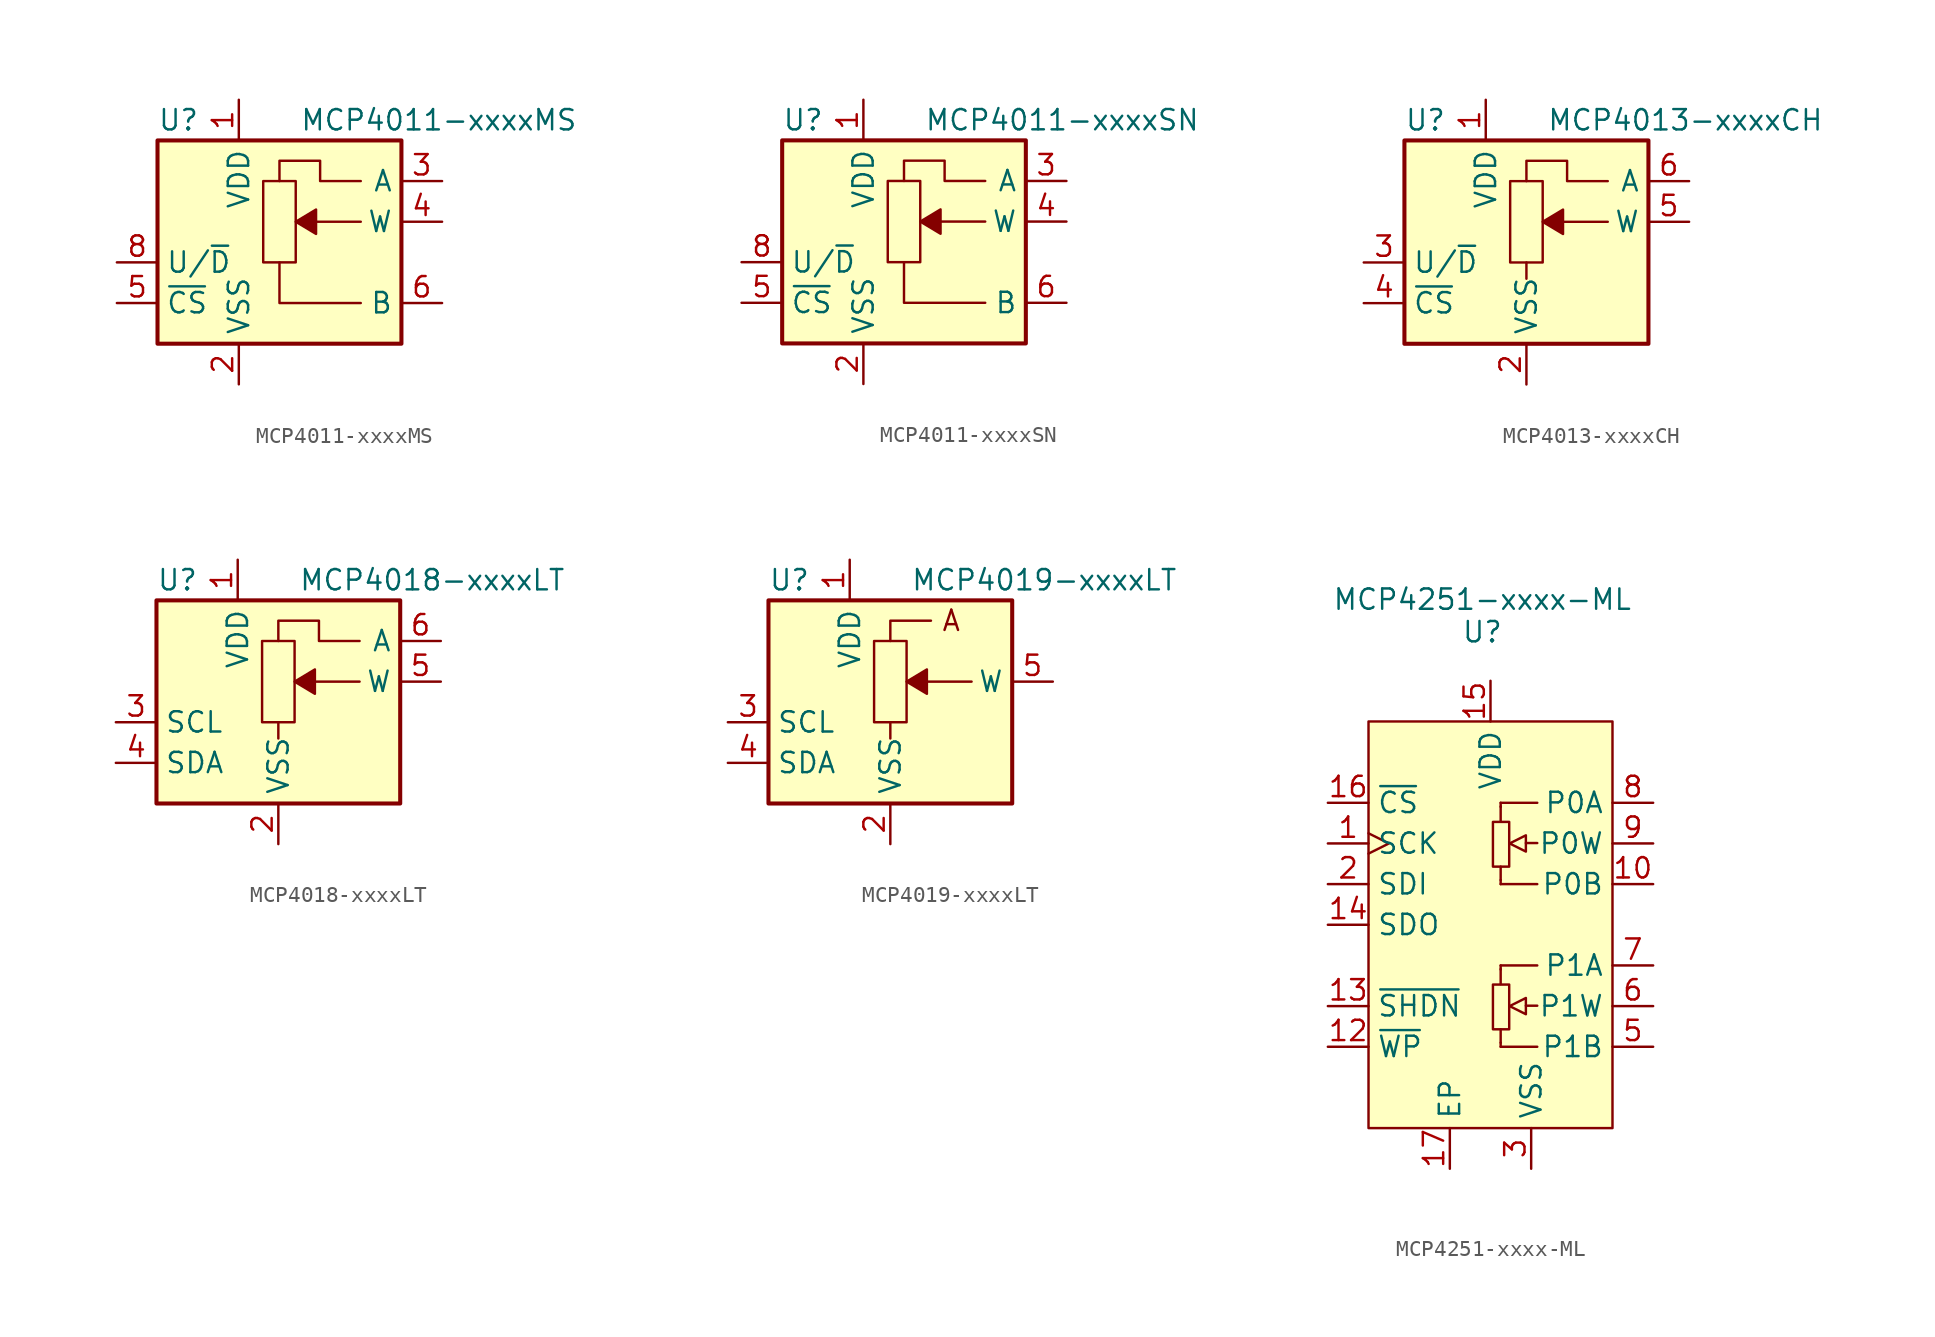
<source format=kicad_sym>
(kicad_symbol_lib
  (version 20200908)
  (generator kicad_symbol_editor)
  (symbol "Potentiometer_Digital:MCP4011-xxxxMS"
    (property "Reference" "U"
      (at -7.62 8.89 0)
      (effects (font (size 1.27 1.27)) (justify left)))
    (property "Value" "MCP4011-xxxxMS"
      (at 1.27 8.89 0)
      (effects (font (size 1.27 1.27)) (justify left)))
    (symbol "MCP4011-xxxxMS_1_1"
      (rectangle (start -7.62 7.62) (end 7.62 -5.08) (stroke (width 0.254)) (fill (type background)))
      (rectangle (start 1.016 0) (end -1.016 5.08) (stroke (width 0)) (fill (type none)))
      (polyline (pts (xy 2.286 1.778) (xy 2.286 3.302) (xy 1.016 2.54) (xy 2.286 1.778)) (stroke (width 0)) (fill (type outline)))
      (pin power_in line (at -2.54 10.16 270) (length 2.54) (name "VDD" (effects (font (size 1.27 1.27)))) (number "1" (effects (font (size 1.27 1.27)))))
      (pin power_in line (at -2.54 -7.62 90) (length 2.54) (name "VSS" (effects (font (size 1.27 1.27)))) (number "2" (effects (font (size 1.27 1.27)))))
      (pin passive line (at 10.16 5.08 180) (length 2.54) (name "A" (effects (font (size 1.27 1.27)))) (number "3" (effects (font (size 1.27 1.27)))))
      (pin passive line (at 10.16 2.54 180) (length 2.54) (name "W" (effects (font (size 1.27 1.27)))) (number "4" (effects (font (size 1.27 1.27)))))
      (pin input line (at -10.16 -2.54 0) (length 2.54) (name "~CS" (effects (font (size 1.27 1.27)))) (number "5" (effects (font (size 1.27 1.27)))))
      (pin passive line (at 10.16 -2.54 180) (length 2.54) (name "B" (effects (font (size 1.27 1.27)))) (number "6" (effects (font (size 1.27 1.27)))))
      (pin unconnected line (at -7.62 5.08 0) (length 2.54) hide (name "NC" (effects (font (size 1.27 1.27)))) (number "7" (effects (font (size 1.27 1.27)))))
      (pin input line (at -10.16 0 0) (length 2.54) (name "U/~D" (effects (font (size 1.27 1.27)))) (number "8" (effects (font (size 1.27 1.27))))))
    (symbol "MCP4011-xxxxMS_0_1"
      (polyline (pts (xy 0 0) (xy 0 -2.54) (xy 5.08 -2.54)) (stroke (width 0)) (fill (type none)))
      (polyline (pts (xy 5.08 2.54) (xy 3.81 2.54) (xy 1.27 2.54)) (stroke (width 0)) (fill (type none)))
      (polyline (pts (xy 5.08 5.08) (xy 2.54 5.08) (xy 2.54 6.35) (xy 0 6.35) (xy 0 5.08)) (stroke (width 0)) (fill (type none)))))
  (symbol "Potentiometer_Digital:MCP4011-xxxxSN"
    (property "Reference" "U"
      (at -7.62 8.89 0)
      (effects (font (size 1.27 1.27)) (justify left)))
    (property "Value" "MCP4011-xxxxSN"
      (at 1.27 8.89 0)
      (effects (font (size 1.27 1.27)) (justify left)))
    (symbol "MCP4011-xxxxSN_1_1"
      (rectangle (start -7.62 7.62) (end 7.62 -5.08) (stroke (width 0.254)) (fill (type background)))
      (rectangle (start 1.016 0) (end -1.016 5.08) (stroke (width 0)) (fill (type none)))
      (polyline (pts (xy 2.286 1.778) (xy 2.286 3.302) (xy 1.016 2.54) (xy 2.286 1.778)) (stroke (width 0)) (fill (type outline)))
      (pin power_in line (at -2.54 10.16 270) (length 2.54) (name "VDD" (effects (font (size 1.27 1.27)))) (number "1" (effects (font (size 1.27 1.27)))))
      (pin power_in line (at -2.54 -7.62 90) (length 2.54) (name "VSS" (effects (font (size 1.27 1.27)))) (number "2" (effects (font (size 1.27 1.27)))))
      (pin passive line (at 10.16 5.08 180) (length 2.54) (name "A" (effects (font (size 1.27 1.27)))) (number "3" (effects (font (size 1.27 1.27)))))
      (pin passive line (at 10.16 2.54 180) (length 2.54) (name "W" (effects (font (size 1.27 1.27)))) (number "4" (effects (font (size 1.27 1.27)))))
      (pin input line (at -10.16 -2.54 0) (length 2.54) (name "~CS" (effects (font (size 1.27 1.27)))) (number "5" (effects (font (size 1.27 1.27)))))
      (pin passive line (at 10.16 -2.54 180) (length 2.54) (name "B" (effects (font (size 1.27 1.27)))) (number "6" (effects (font (size 1.27 1.27)))))
      (pin unconnected line (at -7.62 5.08 0) (length 2.54) hide (name "NC" (effects (font (size 1.27 1.27)))) (number "7" (effects (font (size 1.27 1.27)))))
      (pin input line (at -10.16 0 0) (length 2.54) (name "U/~D" (effects (font (size 1.27 1.27)))) (number "8" (effects (font (size 1.27 1.27))))))
    (symbol "MCP4011-xxxxSN_0_1"
      (polyline (pts (xy 0 0) (xy 0 -2.54) (xy 5.08 -2.54)) (stroke (width 0)) (fill (type none)))
      (polyline (pts (xy 5.08 2.54) (xy 3.81 2.54) (xy 1.27 2.54)) (stroke (width 0)) (fill (type none)))
      (polyline (pts (xy 5.08 5.08) (xy 2.54 5.08) (xy 2.54 6.35) (xy 0 6.35) (xy 0 5.08)) (stroke (width 0)) (fill (type none)))))
  (symbol "Potentiometer_Digital:MCP4013-xxxxCH"
    (property "Reference" "U"
      (at -7.62 8.89 0)
      (effects (font (size 1.27 1.27)) (justify left)))
    (property "Value" "MCP4013-xxxxCH"
      (at 1.27 8.89 0)
      (effects (font (size 1.27 1.27)) (justify left)))
    (symbol "MCP4013-xxxxCH_1_1"
      (rectangle (start -7.62 7.62) (end 7.62 -5.08) (stroke (width 0.254)) (fill (type background)))
      (rectangle (start 1.016 0) (end -1.016 5.08) (stroke (width 0)) (fill (type none)))
      (polyline (pts (xy 5.08 2.54) (xy 2.286 2.54)) (stroke (width 0)) (fill (type none)))
      (polyline (pts (xy 2.286 1.778) (xy 2.286 3.302) (xy 1.016 2.54) (xy 2.286 1.778)) (stroke (width 0)) (fill (type outline)))
      (pin power_in line (at -2.54 10.16 270) (length 2.54) (name "VDD" (effects (font (size 1.27 1.27)))) (number "1" (effects (font (size 1.27 1.27)))))
      (pin power_in line (at 0 -7.62 90) (length 2.54) (name "VSS" (effects (font (size 1.27 1.27)))) (number "2" (effects (font (size 1.27 1.27)))))
      (pin input line (at -10.16 0 0) (length 2.54) (name "U/~D" (effects (font (size 1.27 1.27)))) (number "3" (effects (font (size 1.27 1.27)))))
      (pin input line (at -10.16 -2.54 0) (length 2.54) (name "~CS" (effects (font (size 1.27 1.27)))) (number "4" (effects (font (size 1.27 1.27)))))
      (pin passive line (at 10.16 2.54 180) (length 2.54) (name "W" (effects (font (size 1.27 1.27)))) (number "5" (effects (font (size 1.27 1.27)))))
      (pin passive line (at 10.16 5.08 180) (length 2.54) (name "A" (effects (font (size 1.27 1.27)))) (number "6" (effects (font (size 1.27 1.27))))))
    (symbol "MCP4013-xxxxCH_0_1"
      (polyline (pts (xy 0 0) (xy 0 -1.016)) (stroke (width 0)) (fill (type none)))
      (polyline (pts (xy 5.08 5.08) (xy 2.54 5.08) (xy 2.54 6.35) (xy 0 6.35) (xy 0 5.08)) (stroke (width 0)) (fill (type none)))))
  (symbol "Potentiometer_Digital:MCP4018-xxxxLT"
    (property "Reference" "U"
      (at -7.62 8.89 0)
      (effects (font (size 1.27 1.27)) (justify left)))
    (property "Value" "MCP4018-xxxxLT"
      (at 1.27 8.89 0)
      (effects (font (size 1.27 1.27)) (justify left)))
    (symbol "MCP4018-xxxxLT_1_1"
      (rectangle (start -7.62 7.62) (end 7.62 -5.08) (stroke (width 0.254)) (fill (type background)))
      (rectangle (start 1.016 0) (end -1.016 5.08) (stroke (width 0)) (fill (type none)))
      (polyline (pts (xy 5.08 2.54) (xy 2.286 2.54)) (stroke (width 0)) (fill (type none)))
      (polyline (pts (xy 2.286 1.778) (xy 2.286 3.302) (xy 1.016 2.54) (xy 2.286 1.778)) (stroke (width 0)) (fill (type outline)))
      (pin power_in line (at -2.54 10.16 270) (length 2.54) (name "VDD" (effects (font (size 1.27 1.27)))) (number "1" (effects (font (size 1.27 1.27)))))
      (pin power_in line (at 0 -7.62 90) (length 2.54) (name "VSS" (effects (font (size 1.27 1.27)))) (number "2" (effects (font (size 1.27 1.27)))))
      (pin input line (at -10.16 0 0) (length 2.54) (name "SCL" (effects (font (size 1.27 1.27)))) (number "3" (effects (font (size 1.27 1.27)))))
      (pin bidirectional line (at -10.16 -2.54 0) (length 2.54) (name "SDA" (effects (font (size 1.27 1.27)))) (number "4" (effects (font (size 1.27 1.27)))))
      (pin passive line (at 10.16 2.54 180) (length 2.54) (name "W" (effects (font (size 1.27 1.27)))) (number "5" (effects (font (size 1.27 1.27)))))
      (pin passive line (at 10.16 5.08 180) (length 2.54) (name "A" (effects (font (size 1.27 1.27)))) (number "6" (effects (font (size 1.27 1.27))))))
    (symbol "MCP4018-xxxxLT_0_1"
      (polyline (pts (xy 0 0) (xy 0 -1.016)) (stroke (width 0)) (fill (type none)))
      (polyline (pts (xy 5.08 5.08) (xy 2.54 5.08) (xy 2.54 6.35) (xy 0 6.35) (xy 0 5.08)) (stroke (width 0)) (fill (type none)))))
  (symbol "Potentiometer_Digital:MCP4019-xxxxLT"
    (property "Reference" "U"
      (at -7.62 8.89 0)
      (effects (font (size 1.27 1.27)) (justify left)))
    (property "Value" "MCP4019-xxxxLT"
      (at 1.27 8.89 0)
      (effects (font (size 1.27 1.27)) (justify left)))
    (symbol "MCP4019-xxxxLT_0_0"
      (text "A" (at 3.81 6.35 0) (effects (font (size 1.27 1.27))))
      (polyline (pts (xy 0 5.08) (xy 0 6.35) (xy 2.54 6.35)) (stroke (width 0)) (fill (type none))))
    (symbol "MCP4019-xxxxLT_1_1"
      (rectangle (start -7.62 7.62) (end 7.62 -5.08) (stroke (width 0.254)) (fill (type background)))
      (rectangle (start 1.016 0) (end -1.016 5.08) (stroke (width 0)) (fill (type none)))
      (polyline (pts (xy 5.08 2.54) (xy 2.286 2.54)) (stroke (width 0)) (fill (type none)))
      (polyline (pts (xy 2.286 1.778) (xy 2.286 3.302) (xy 1.016 2.54) (xy 2.286 1.778)) (stroke (width 0)) (fill (type outline)))
      (pin power_in line (at -2.54 10.16 270) (length 2.54) (name "VDD" (effects (font (size 1.27 1.27)))) (number "1" (effects (font (size 1.27 1.27)))))
      (pin power_in line (at 0 -7.62 90) (length 2.54) (name "VSS" (effects (font (size 1.27 1.27)))) (number "2" (effects (font (size 1.27 1.27)))))
      (pin input line (at -10.16 0 0) (length 2.54) (name "SCL" (effects (font (size 1.27 1.27)))) (number "3" (effects (font (size 1.27 1.27)))))
      (pin bidirectional line (at -10.16 -2.54 0) (length 2.54) (name "SDA" (effects (font (size 1.27 1.27)))) (number "4" (effects (font (size 1.27 1.27)))))
      (pin passive line (at 10.16 2.54 180) (length 2.54) (name "W" (effects (font (size 1.27 1.27)))) (number "5" (effects (font (size 1.27 1.27))))))
    (symbol "MCP4019-xxxxLT_0_1"
      (polyline (pts (xy 0 0) (xy 0 -1.016)) (stroke (width 0)) (fill (type none)))))
  (symbol "Potentiometer_Digital:MCP4251-xxxx-ML"
    (property "Reference" "U"
      (at -0.508 18.288 0)
      (effects (font (size 1.27 1.27))))
    (property "Value" "MCP4251-xxxx-ML"
      (at -0.508 20.32 0)
      (effects (font (size 1.27 1.27))))
    (symbol "MCP4251-xxxx-ML_1_1"
      (rectangle (start 0.152 -3.734) (end 1.168 -6.528) (stroke (width 0)) (fill (type none)))
      (rectangle (start 0.152 6.426) (end 1.168 3.632) (stroke (width 0)) (fill (type none)))
      (polyline (pts (xy 0.635 -7.366) (xy 0.635 -6.528)) (stroke (width 0)) (fill (type none)))
      (polyline (pts (xy 0.635 -2.769) (xy 0.635 -3.708)) (stroke (width 0)) (fill (type none)))
      (polyline (pts (xy 0.635 2.794) (xy 0.635 3.632)) (stroke (width 0)) (fill (type none)))
      (polyline (pts (xy 0.635 7.391) (xy 0.635 6.452)) (stroke (width 0)) (fill (type none)))
      (polyline (pts (xy 2.21 -5.055) (xy 2.921 -5.055)) (stroke (width 0)) (fill (type none)))
      (polyline (pts (xy 2.21 5.105) (xy 2.921 5.105)) (stroke (width 0)) (fill (type none)))
      (polyline (pts (xy 0.635 -7.62) (xy 0.635 -7.366) (xy 0.635 -7.366)) (stroke (width 0)) (fill (type background)))
      (polyline (pts (xy 0.635 -7.62) (xy 2.921 -7.62) (xy 2.921 -7.62)) (stroke (width 0)) (fill (type background)))
      (polyline (pts (xy 0.635 -2.54) (xy 0.635 -2.794) (xy 0.635 -2.794)) (stroke (width 0)) (fill (type none)))
      (polyline (pts (xy 0.635 -2.54) (xy 2.921 -2.54) (xy 2.921 -2.54)) (stroke (width 0)) (fill (type background)))
      (polyline (pts (xy 0.635 2.54) (xy 0.635 2.794) (xy 0.635 2.794)) (stroke (width 0)) (fill (type background)))
      (polyline (pts (xy 0.635 2.54) (xy 2.921 2.54) (xy 2.921 2.54)) (stroke (width 0)) (fill (type background)))
      (polyline (pts (xy 0.635 7.62) (xy 0.635 7.366) (xy 0.635 7.366)) (stroke (width 0)) (fill (type none)))
      (polyline (pts (xy 0.635 7.62) (xy 2.921 7.62) (xy 2.921 7.62)) (stroke (width 0)) (fill (type background)))
      (polyline (pts (xy 2.21 -4.572) (xy 2.21 -5.588) (xy 1.194 -5.08) (xy 2.21 -4.572) (xy 2.21 -4.572)) (stroke (width 0)) (fill (type background)))
      (polyline (pts (xy 2.21 5.588) (xy 2.21 4.572) (xy 1.194 5.08) (xy 2.21 5.588) (xy 2.21 5.588)) (stroke (width 0)) (fill (type background)))
      (pin input clock (at -10.16 5.08 0) (length 2.54) (name "SCK" (effects (font (size 1.27 1.27)))) (number "1" (effects (font (size 1.27 1.27)))))
      (pin passive line (at 10.16 2.54 180) (length 2.54) (name "P0B" (effects (font (size 1.27 1.27)))) (number "10" (effects (font (size 1.27 1.27)))))
      (pin unconnected line (at 7.62 0 180) (length 2.54) hide (name "NC" (effects (font (size 1.27 1.27)))) (number "11" (effects (font (size 1.27 1.27)))))
      (pin input line (at -10.16 -7.62 0) (length 2.54) (name "~WP" (effects (font (size 1.27 1.27)))) (number "12" (effects (font (size 1.27 1.27)))))
      (pin input line (at -10.16 -5.08 0) (length 2.54) (name "~SHDN" (effects (font (size 1.27 1.27)))) (number "13" (effects (font (size 1.27 1.27)))))
      (pin output line (at -10.16 0 0) (length 2.54) (name "SDO" (effects (font (size 1.27 1.27)))) (number "14" (effects (font (size 1.27 1.27)))))
      (pin power_in line (at 0 15.24 270) (length 2.54) (name "VDD" (effects (font (size 1.27 1.27)))) (number "15" (effects (font (size 1.27 1.27)))))
      (pin input line (at -10.16 7.62 0) (length 2.54) (name "~CS" (effects (font (size 1.27 1.27)))) (number "16" (effects (font (size 1.27 1.27)))))
      (pin passive line (at -2.54 -15.24 90) (length 2.54) (name "EP" (effects (font (size 1.27 1.27)))) (number "17" (effects (font (size 1.27 1.27)))))
      (pin input line (at -10.16 2.54 0) (length 2.54) (name "SDI" (effects (font (size 1.27 1.27)))) (number "2" (effects (font (size 1.27 1.27)))))
      (pin power_in line (at 2.54 -15.24 90) (length 2.54) (name "VSS" (effects (font (size 1.27 1.27)))) (number "3" (effects (font (size 1.27 1.27)))))
      (pin passive line (at 2.54 -15.24 90) (length 2.54) hide (name "VSS" (effects (font (size 1.27 1.27)))) (number "4" (effects (font (size 1.27 1.27)))))
      (pin passive line (at 10.16 -7.62 180) (length 2.54) (name "P1B" (effects (font (size 1.27 1.27)))) (number "5" (effects (font (size 1.27 1.27)))))
      (pin passive line (at 10.16 -5.08 180) (length 2.54) (name "P1W" (effects (font (size 1.27 1.27)))) (number "6" (effects (font (size 1.27 1.27)))))
      (pin passive line (at 10.16 -2.54 180) (length 2.54) (name "P1A" (effects (font (size 1.27 1.27)))) (number "7" (effects (font (size 1.27 1.27)))))
      (pin passive line (at 10.16 7.62 180) (length 2.54) (name "P0A" (effects (font (size 1.27 1.27)))) (number "8" (effects (font (size 1.27 1.27)))))
      (pin passive line (at 10.16 5.08 180) (length 2.54) (name "P0W" (effects (font (size 1.27 1.27)))) (number "9" (effects (font (size 1.27 1.27))))))
    (symbol "MCP4251-xxxx-ML_0_1"
      (polyline (pts (xy 0 12.7) (xy 7.62 12.7) (xy 7.62 0) (xy 7.62 -12.7) (xy -7.62 -12.7) (xy -7.62 12.7) (xy 0 12.7)) (stroke (width 0)) (fill (type background))))))
</source>
